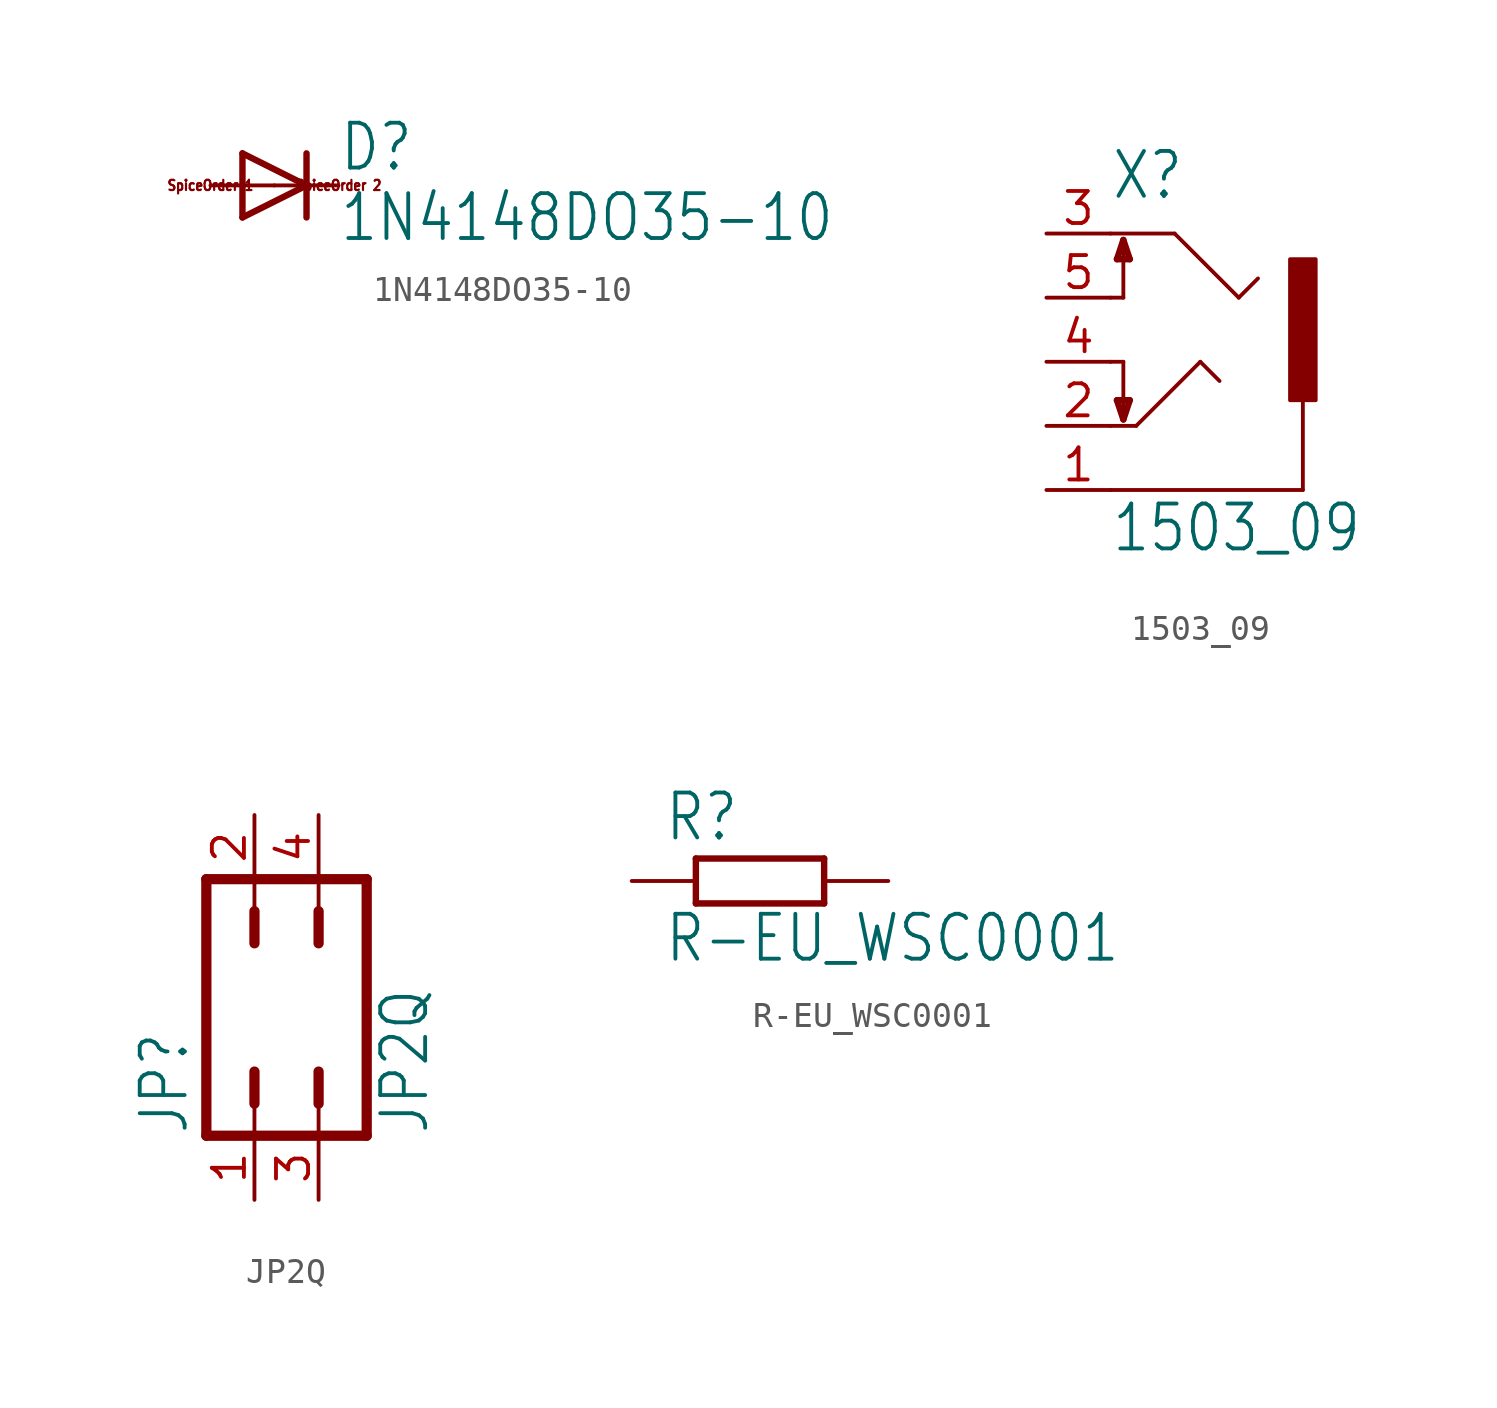
<source format=kicad_sym>
(kicad_symbol_lib
  (version 20211014)
  (generator kicad_symbol_editor)
  (symbol "1N4148DO35-10"
    (property "Reference" "D"
      (at 2.54 0.483 0)
      (effects (font (size 1.778 1.511)) (justify left bottom)))
    (property "Value" "1N4148DO35-10"
      (at 2.54 -2.311 0)
      (effects (font (size 1.778 1.511)) (justify left bottom)))
    (property "ki_locked" ""
      (at 0 0 0)
      (effects (font (size 1.27 1.27))))
    (symbol "1N4148DO35-10_1_0"
      (polyline (pts (xy -1.27 -1.27) (xy 1.27 0)) (stroke (width 0.254) (type default) (color 0 0 0 0)) (fill (type none)))
      (polyline (pts (xy -1.27 1.27) (xy -1.27 -1.27)) (stroke (width 0.254) (type default) (color 0 0 0 0)) (fill (type none)))
      (polyline (pts (xy 1.27 0) (xy -1.27 1.27)) (stroke (width 0.254) (type default) (color 0 0 0 0)) (fill (type none)))
      (polyline (pts (xy 1.27 0) (xy 1.27 -1.27)) (stroke (width 0.254) (type default) (color 0 0 0 0)) (fill (type none)))
      (polyline (pts (xy 1.27 1.27) (xy 1.27 0)) (stroke (width 0.254) (type default) (color 0 0 0 0)) (fill (type none)))
      (text "SpiceOrder 1" (at -2.54 0 0) (effects (font (size 0.406 0.345))))
      (text "SpiceOrder 2" (at 2.54 0 0) (effects (font (size 0.406 0.345))))
      (pin passive line (at -2.54 0 0) (length 2.54) (name "A" (effects (font (size 0 0)))) (number "A" (effects (font (size 0 0)))))
      (pin passive line (at 2.54 0 180) (length 2.54) (name "C" (effects (font (size 0 0)))) (number "C" (effects (font (size 0 0)))))))
  (symbol "1503_09"
    (property "Reference" "X"
      (at -2.54 6.35 0)
      (effects (font (size 1.778 1.511)) (justify left bottom)))
    (property "Value" "1503_09"
      (at -2.54 -7.62 0)
      (effects (font (size 1.778 1.511)) (justify left bottom)))
    (property "ki_locked" ""
      (at 0 0 0)
      (effects (font (size 1.27 1.27))))
    (symbol "1503_09_1_0"
      (polyline (pts (xy -2.54 -5.08) (xy 5.08 -5.08)) (stroke (width 0.152) (type default) (color 0 0 0 0)) (fill (type none)))
      (polyline (pts (xy -2.54 -2.54) (xy -1.524 -2.54)) (stroke (width 0.152) (type default) (color 0 0 0 0)) (fill (type none)))
      (polyline (pts (xy -2.54 0) (xy -2.032 0)) (stroke (width 0.152) (type default) (color 0 0 0 0)) (fill (type none)))
      (polyline (pts (xy -2.54 2.54) (xy -2.032 2.54)) (stroke (width 0.152) (type default) (color 0 0 0 0)) (fill (type none)))
      (polyline (pts (xy -2.54 5.08) (xy 0 5.08)) (stroke (width 0.152) (type default) (color 0 0 0 0)) (fill (type none)))
      (polyline (pts (xy -2.286 -1.524) (xy -1.778 -1.524)) (stroke (width 0.254) (type default) (color 0 0 0 0)) (fill (type none)))
      (polyline (pts (xy -2.286 4.064) (xy -1.778 4.064)) (stroke (width 0.254) (type default) (color 0 0 0 0)) (fill (type none)))
      (polyline (pts (xy -2.032 -2.286) (xy -2.286 -1.524)) (stroke (width 0.254) (type default) (color 0 0 0 0)) (fill (type none)))
      (polyline (pts (xy -2.032 0) (xy -2.032 -2.286)) (stroke (width 0.152) (type default) (color 0 0 0 0)) (fill (type none)))
      (polyline (pts (xy -2.032 2.54) (xy -2.032 4.826)) (stroke (width 0.152) (type default) (color 0 0 0 0)) (fill (type none)))
      (polyline (pts (xy -2.032 4.826) (xy -2.286 4.064)) (stroke (width 0.254) (type default) (color 0 0 0 0)) (fill (type none)))
      (polyline (pts (xy -1.778 -1.524) (xy -2.032 -2.286)) (stroke (width 0.254) (type default) (color 0 0 0 0)) (fill (type none)))
      (polyline (pts (xy -1.778 4.064) (xy -2.032 4.826)) (stroke (width 0.254) (type default) (color 0 0 0 0)) (fill (type none)))
      (polyline (pts (xy -1.524 -2.54) (xy 1.016 0)) (stroke (width 0.152) (type default) (color 0 0 0 0)) (fill (type none)))
      (polyline (pts (xy 0 5.08) (xy 2.54 2.54)) (stroke (width 0.152) (type default) (color 0 0 0 0)) (fill (type none)))
      (polyline (pts (xy 1.016 0) (xy 1.778 -0.762)) (stroke (width 0.152) (type default) (color 0 0 0 0)) (fill (type none)))
      (polyline (pts (xy 2.54 2.54) (xy 3.302 3.302)) (stroke (width 0.152) (type default) (color 0 0 0 0)) (fill (type none)))
      (polyline (pts (xy 5.08 -5.08) (xy 5.08 -1.524)) (stroke (width 0.152) (type default) (color 0 0 0 0)) (fill (type none)))
      (rectangle (start 4.572 4.064) (end 5.588 -1.524) (stroke (width 0) (type default) (color 0 0 0 0)) (fill (type outline)))
      (pin passive line (at -5.08 -5.08 0) (length 2.54) (name "1" (effects (font (size 0 0)))) (number "1" (effects (font (size 1.27 1.27)))))
      (pin passive line (at -5.08 -2.54 0) (length 2.54) (name "2" (effects (font (size 0 0)))) (number "2" (effects (font (size 1.27 1.27)))))
      (pin passive line (at -5.08 5.08 0) (length 2.54) (name "3" (effects (font (size 0 0)))) (number "3" (effects (font (size 1.27 1.27)))))
      (pin passive line (at -5.08 0 0) (length 2.54) (name "4" (effects (font (size 0 0)))) (number "4" (effects (font (size 1.27 1.27)))))
      (pin passive line (at -5.08 2.54 0) (length 2.54) (name "5" (effects (font (size 0 0)))) (number "5" (effects (font (size 1.27 1.27)))))))
  (symbol "JP2Q"
    (property "Reference" "JP"
      (at -2.54 -5.08 90)
      (effects (font (size 1.778 1.511)) (justify left bottom)))
    (property "Value" "JP2Q"
      (at 6.985 -5.08 90)
      (effects (font (size 1.778 1.511)) (justify left bottom)))
    (property "ki_locked" ""
      (at 0 0 0)
      (effects (font (size 1.27 1.27))))
    (symbol "JP2Q_1_0"
      (polyline (pts (xy -1.905 -5.08) (xy -1.905 5.08)) (stroke (width 0.406) (type default) (color 0 0 0 0)) (fill (type none)))
      (polyline (pts (xy -1.905 5.08) (xy 4.445 5.08)) (stroke (width 0.406) (type default) (color 0 0 0 0)) (fill (type none)))
      (polyline (pts (xy 0 -3.81) (xy 0 -5.08)) (stroke (width 0.152) (type default) (color 0 0 0 0)) (fill (type none)))
      (polyline (pts (xy 0 -2.54) (xy 0 -3.81)) (stroke (width 0.406) (type default) (color 0 0 0 0)) (fill (type none)))
      (polyline (pts (xy 0 2.54) (xy 0 3.81)) (stroke (width 0.406) (type default) (color 0 0 0 0)) (fill (type none)))
      (polyline (pts (xy 0 3.81) (xy 0 5.08)) (stroke (width 0.152) (type default) (color 0 0 0 0)) (fill (type none)))
      (polyline (pts (xy 2.54 -3.81) (xy 2.54 -5.08)) (stroke (width 0.152) (type default) (color 0 0 0 0)) (fill (type none)))
      (polyline (pts (xy 2.54 -2.54) (xy 2.54 -3.81)) (stroke (width 0.406) (type default) (color 0 0 0 0)) (fill (type none)))
      (polyline (pts (xy 2.54 2.54) (xy 2.54 3.81)) (stroke (width 0.406) (type default) (color 0 0 0 0)) (fill (type none)))
      (polyline (pts (xy 2.54 3.81) (xy 2.54 5.08)) (stroke (width 0.152) (type default) (color 0 0 0 0)) (fill (type none)))
      (polyline (pts (xy 4.445 -5.08) (xy -1.905 -5.08)) (stroke (width 0.406) (type default) (color 0 0 0 0)) (fill (type none)))
      (polyline (pts (xy 4.445 5.08) (xy 4.445 -5.08)) (stroke (width 0.406) (type default) (color 0 0 0 0)) (fill (type none)))
      (pin passive line (at 0 -7.62 90) (length 2.54) (name "1" (effects (font (size 0 0)))) (number "1" (effects (font (size 1.27 1.27)))))
      (pin passive line (at 0 7.62 270) (length 2.54) (name "2" (effects (font (size 0 0)))) (number "2" (effects (font (size 1.27 1.27)))))
      (pin passive line (at 2.54 -7.62 90) (length 2.54) (name "3" (effects (font (size 0 0)))) (number "3" (effects (font (size 1.27 1.27)))))
      (pin passive line (at 2.54 7.62 270) (length 2.54) (name "4" (effects (font (size 0 0)))) (number "4" (effects (font (size 1.27 1.27)))))))
  (symbol "R-EU_WSC0001"
    (property "Reference" "R"
      (at -3.81 1.499 0)
      (effects (font (size 1.778 1.511)) (justify left bottom)))
    (property "Value" "R-EU_WSC0001"
      (at -3.81 -3.302 0)
      (effects (font (size 1.778 1.511)) (justify left bottom)))
    (property "ki_locked" ""
      (at 0 0 0)
      (effects (font (size 1.27 1.27))))
    (symbol "R-EU_WSC0001_1_0"
      (polyline (pts (xy -2.54 -0.889) (xy -2.54 0.889)) (stroke (width 0.254) (type default) (color 0 0 0 0)) (fill (type none)))
      (polyline (pts (xy -2.54 -0.889) (xy 2.54 -0.889)) (stroke (width 0.254) (type default) (color 0 0 0 0)) (fill (type none)))
      (polyline (pts (xy 2.54 -0.889) (xy 2.54 0.889)) (stroke (width 0.254) (type default) (color 0 0 0 0)) (fill (type none)))
      (polyline (pts (xy 2.54 0.889) (xy -2.54 0.889)) (stroke (width 0.254) (type default) (color 0 0 0 0)) (fill (type none)))
      (pin passive line (at -5.08 0 0) (length 2.54) (name "1" (effects (font (size 0 0)))) (number "1" (effects (font (size 0 0)))))
      (pin passive line (at 5.08 0 180) (length 2.54) (name "2" (effects (font (size 0 0)))) (number "2" (effects (font (size 0 0))))))))
</source>
